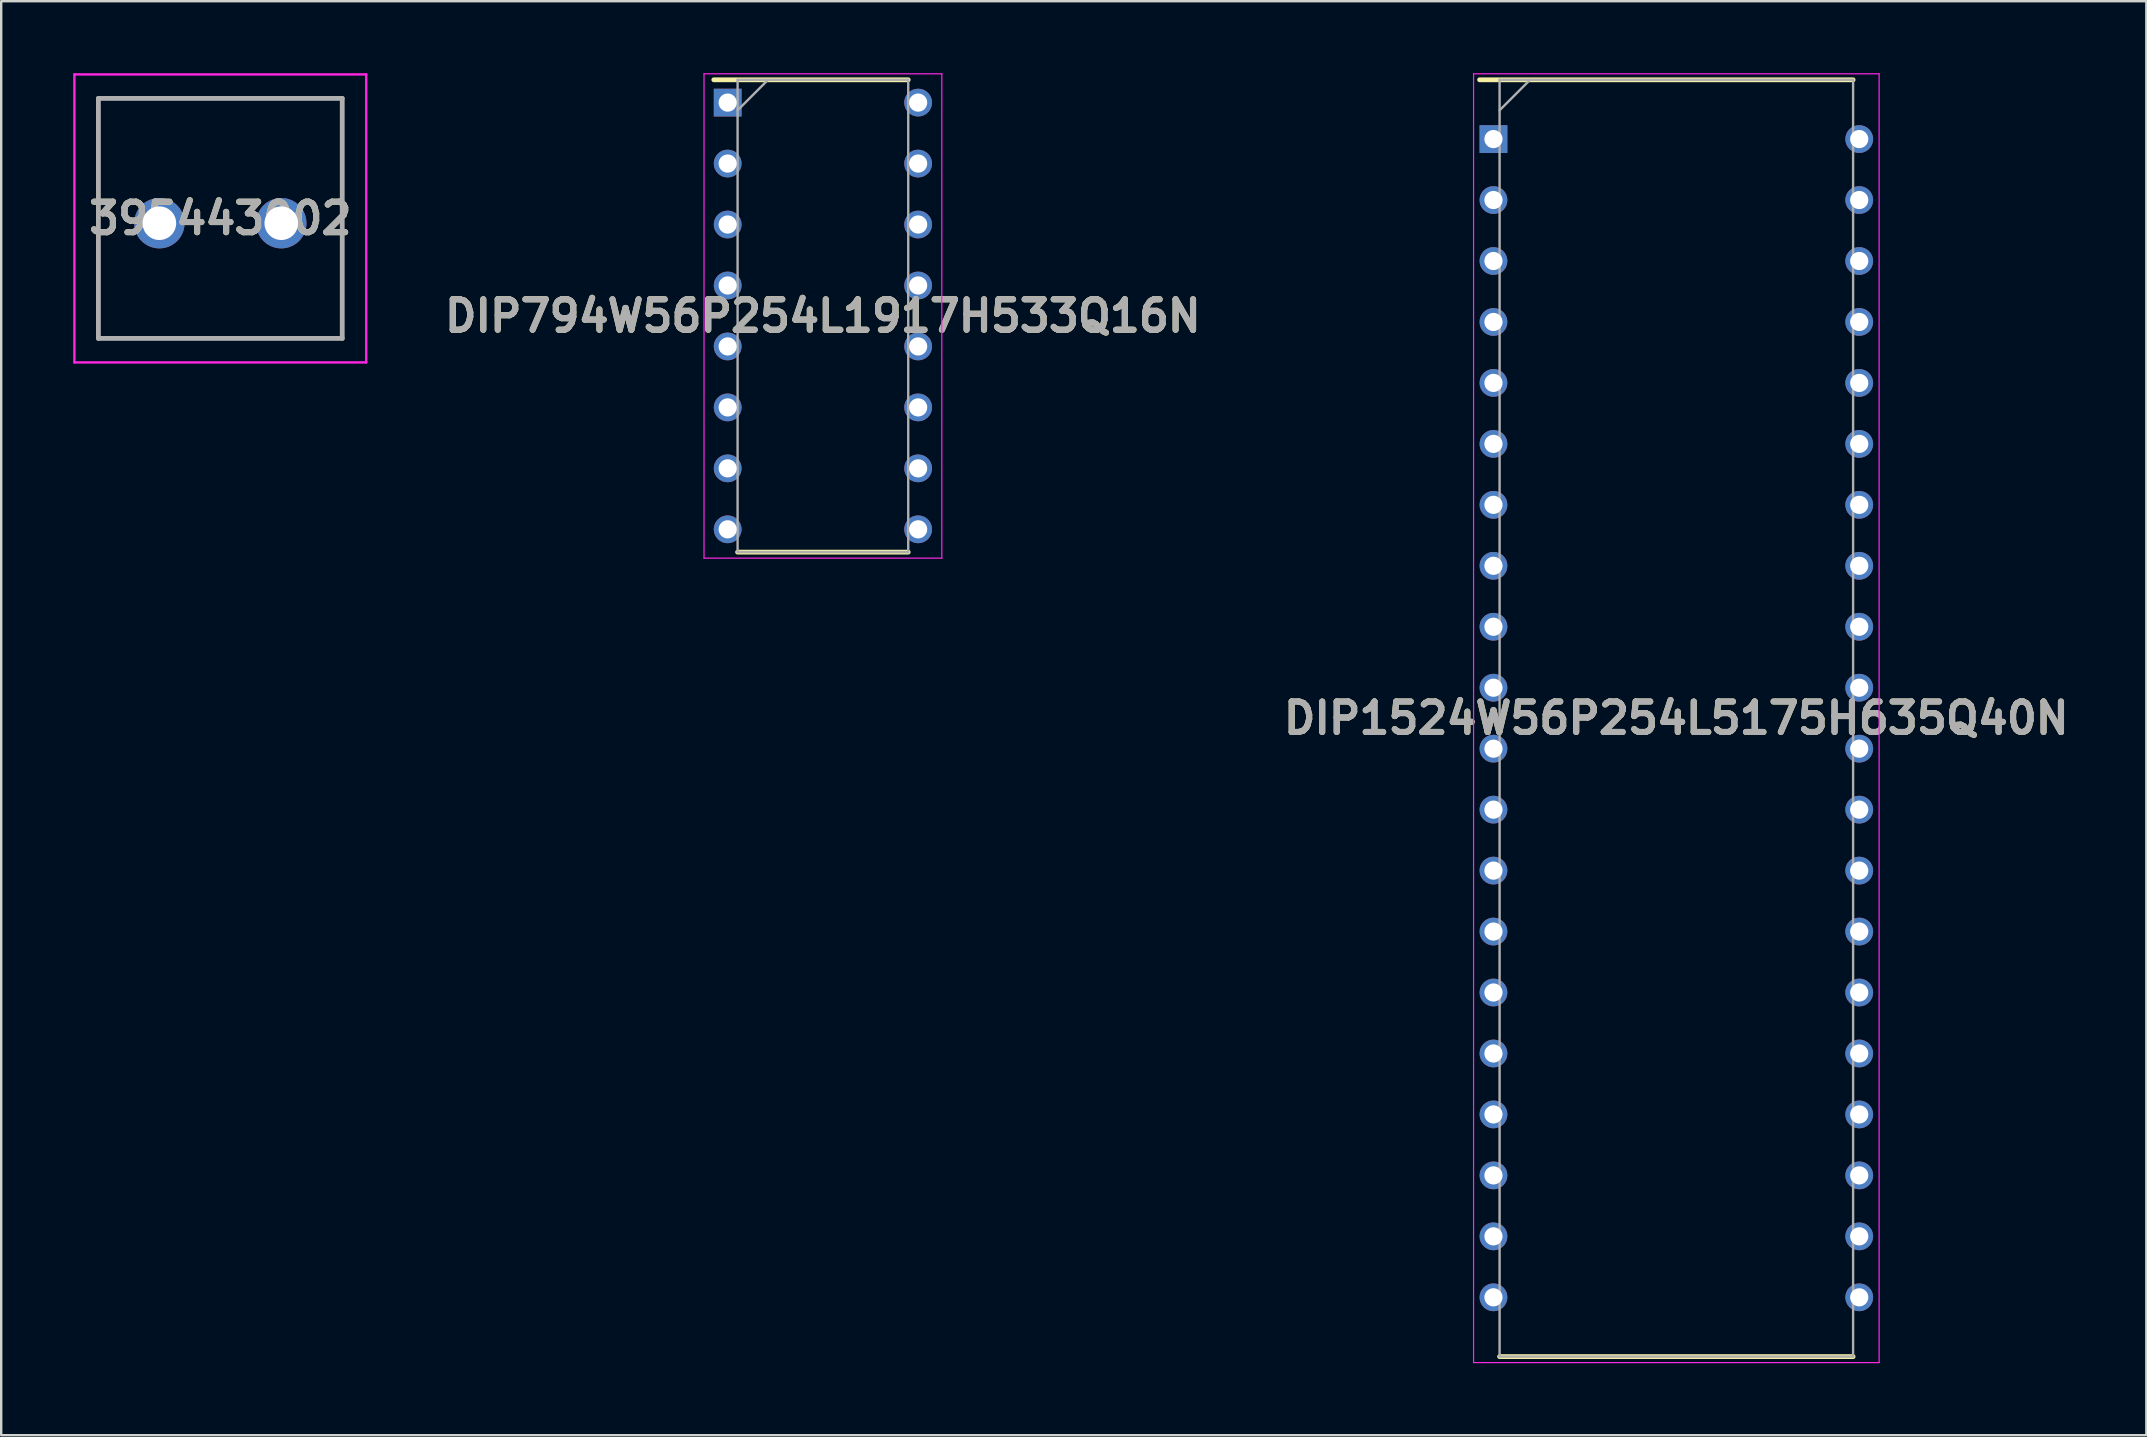
<source format=kicad_pcb>
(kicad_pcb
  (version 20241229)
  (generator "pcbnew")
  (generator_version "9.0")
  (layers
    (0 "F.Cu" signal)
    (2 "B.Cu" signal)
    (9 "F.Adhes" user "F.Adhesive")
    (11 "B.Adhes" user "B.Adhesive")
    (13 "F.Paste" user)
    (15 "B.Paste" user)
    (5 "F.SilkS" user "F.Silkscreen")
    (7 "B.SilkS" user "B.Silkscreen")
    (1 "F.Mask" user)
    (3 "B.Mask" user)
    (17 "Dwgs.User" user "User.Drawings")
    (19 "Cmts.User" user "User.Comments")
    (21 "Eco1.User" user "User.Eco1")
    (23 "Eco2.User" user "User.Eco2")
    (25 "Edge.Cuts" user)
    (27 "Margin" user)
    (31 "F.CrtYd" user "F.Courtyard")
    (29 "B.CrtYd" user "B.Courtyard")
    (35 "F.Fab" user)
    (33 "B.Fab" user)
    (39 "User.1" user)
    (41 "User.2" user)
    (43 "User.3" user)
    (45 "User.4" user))
  (footprint "DIP794W56P254L1917H533Q16N"
    (layer "F.Cu")
    (at 31.238 10.115)
    (property "Reference" "DIP794W56P254L1917H533Q16N" (at 0 0 0) (layer "F.SilkS") (effects (font (size 1.27 1.27) (thickness 0.254))))
    (attr through_hole)
    (fp_line (start -4.546 -9.84) (end 3.555 -9.84) (stroke (width 0.2) (type solid)) (layer "F.SilkS"))
    (fp_line (start -3.555 9.84) (end 3.555 9.84) (stroke (width 0.2) (type solid)) (layer "F.SilkS"))
    (fp_line (start -4.954 -10.09) (end 4.954 -10.09) (stroke (width 0.05) (type solid)) (layer "F.CrtYd"))
    (fp_line (start -4.954 10.09) (end -4.954 -10.09) (stroke (width 0.05) (type solid)) (layer "F.CrtYd"))
    (fp_line (start 4.954 -10.09) (end 4.954 10.09) (stroke (width 0.05) (type solid)) (layer "F.CrtYd"))
    (fp_line (start 4.954 10.09) (end -4.954 10.09) (stroke (width 0.05) (type solid)) (layer "F.CrtYd"))
    (fp_line (start -3.555 -9.84) (end 3.555 -9.84) (stroke (width 0.1) (type solid)) (layer "F.Fab"))
    (fp_line (start -3.555 -8.57) (end -2.285 -9.84) (stroke (width 0.1) (type solid)) (layer "F.Fab"))
    (fp_line (start -3.555 9.84) (end -3.555 -9.84) (stroke (width 0.1) (type solid)) (layer "F.Fab"))
    (fp_line (start 3.555 -9.84) (end 3.555 9.84) (stroke (width 0.1) (type solid)) (layer "F.Fab"))
    (fp_line (start 3.555 9.84) (end -3.555 9.84) (stroke (width 0.1) (type solid)) (layer "F.Fab"))
    (fp_text user "${REFERENCE}" (at 0 0 0) (layer "F.Fab") (effects (font (size 1.27 1.27) (thickness 0.254))))
    (pad "1" thru_hole rect (at -3.968 -8.89) (size 1.158 1.158) (drill 0.758) (layers "*.Cu" "*.Mask"))
    (pad "2" thru_hole circle (at -3.968 -6.35) (size 1.158 1.158) (drill 0.758) (layers "*.Cu" "*.Mask"))
    (pad "3" thru_hole circle (at -3.968 -3.81) (size 1.158 1.158) (drill 0.758) (layers "*.Cu" "*.Mask"))
    (pad "4" thru_hole circle (at -3.968 -1.27) (size 1.158 1.158) (drill 0.758) (layers "*.Cu" "*.Mask"))
    (pad "5" thru_hole circle (at -3.968 1.27) (size 1.158 1.158) (drill 0.758) (layers "*.Cu" "*.Mask"))
    (pad "6" thru_hole circle (at -3.968 3.81) (size 1.158 1.158) (drill 0.758) (layers "*.Cu" "*.Mask"))
    (pad "7" thru_hole circle (at -3.968 6.35) (size 1.158 1.158) (drill 0.758) (layers "*.Cu" "*.Mask"))
    (pad "8" thru_hole circle (at -3.968 8.89) (size 1.158 1.158) (drill 0.758) (layers "*.Cu" "*.Mask"))
    (pad "9" thru_hole circle (at 3.968 8.89) (size 1.158 1.158) (drill 0.758) (layers "*.Cu" "*.Mask"))
    (pad "10" thru_hole circle (at 3.968 6.35) (size 1.158 1.158) (drill 0.758) (layers "*.Cu" "*.Mask"))
    (pad "11" thru_hole circle (at 3.968 3.81) (size 1.158 1.158) (drill 0.758) (layers "*.Cu" "*.Mask"))
    (pad "12" thru_hole circle (at 3.968 1.27) (size 1.158 1.158) (drill 0.758) (layers "*.Cu" "*.Mask"))
    (pad "13" thru_hole circle (at 3.968 -1.27) (size 1.158 1.158) (drill 0.758) (layers "*.Cu" "*.Mask"))
    (pad "14" thru_hole circle (at 3.968 -3.81) (size 1.158 1.158) (drill 0.758) (layers "*.Cu" "*.Mask"))
    (pad "15" thru_hole circle (at 3.968 -6.35) (size 1.158 1.158) (drill 0.758) (layers "*.Cu" "*.Mask"))
    (pad "16" thru_hole circle (at 3.968 -8.89) (size 1.158 1.158) (drill 0.758) (layers "*.Cu" "*.Mask")))
  (footprint "DIP1524W56P254L5175H635Q40N"
    (layer "F.Cu")
    (at 66.798 26.875)
    (property "Reference" "DIP1524W56P254L5175H635Q40N" (at 0 0 0) (layer "F.SilkS") (effects (font (size 1.27 1.27) (thickness 0.254))))
    (attr through_hole)
    (fp_line (start -8.199 -26.6) (end 7.365 -26.6) (stroke (width 0.2) (type solid)) (layer "F.SilkS"))
    (fp_line (start -7.365 26.6) (end 7.365 26.6) (stroke (width 0.2) (type solid)) (layer "F.SilkS"))
    (fp_line (start -8.449 -26.85) (end 8.449 -26.85) (stroke (width 0.05) (type solid)) (layer "F.CrtYd"))
    (fp_line (start -8.449 26.85) (end -8.449 -26.85) (stroke (width 0.05) (type solid)) (layer "F.CrtYd"))
    (fp_line (start 8.449 -26.85) (end 8.449 26.85) (stroke (width 0.05) (type solid)) (layer "F.CrtYd"))
    (fp_line (start 8.449 26.85) (end -8.449 26.85) (stroke (width 0.05) (type solid)) (layer "F.CrtYd"))
    (fp_line (start -7.365 -26.6) (end 7.365 -26.6) (stroke (width 0.1) (type solid)) (layer "F.Fab"))
    (fp_line (start -7.365 -25.33) (end -6.095 -26.6) (stroke (width 0.1) (type solid)) (layer "F.Fab"))
    (fp_line (start -7.365 26.6) (end -7.365 -26.6) (stroke (width 0.1) (type solid)) (layer "F.Fab"))
    (fp_line (start 7.365 -26.6) (end 7.365 26.6) (stroke (width 0.1) (type solid)) (layer "F.Fab"))
    (fp_line (start 7.365 26.6) (end -7.365 26.6) (stroke (width 0.1) (type solid)) (layer "F.Fab"))
    (fp_text user "${REFERENCE}" (at 0 0 0) (layer "F.Fab") (effects (font (size 1.27 1.27) (thickness 0.254))))
    (pad "1" thru_hole rect (at -7.62 -24.13) (size 1.158 1.158) (drill 0.758) (layers "*.Cu" "*.Mask"))
    (pad "2" thru_hole circle (at -7.62 -21.59) (size 1.158 1.158) (drill 0.758) (layers "*.Cu" "*.Mask"))
    (pad "3" thru_hole circle (at -7.62 -19.05) (size 1.158 1.158) (drill 0.758) (layers "*.Cu" "*.Mask"))
    (pad "4" thru_hole circle (at -7.62 -16.51) (size 1.158 1.158) (drill 0.758) (layers "*.Cu" "*.Mask"))
    (pad "5" thru_hole circle (at -7.62 -13.97) (size 1.158 1.158) (drill 0.758) (layers "*.Cu" "*.Mask"))
    (pad "6" thru_hole circle (at -7.62 -11.43) (size 1.158 1.158) (drill 0.758) (layers "*.Cu" "*.Mask"))
    (pad "7" thru_hole circle (at -7.62 -8.89) (size 1.158 1.158) (drill 0.758) (layers "*.Cu" "*.Mask"))
    (pad "8" thru_hole circle (at -7.62 -6.35) (size 1.158 1.158) (drill 0.758) (layers "*.Cu" "*.Mask"))
    (pad "9" thru_hole circle (at -7.62 -3.81) (size 1.158 1.158) (drill 0.758) (layers "*.Cu" "*.Mask"))
    (pad "10" thru_hole circle (at -7.62 -1.27) (size 1.158 1.158) (drill 0.758) (layers "*.Cu" "*.Mask"))
    (pad "11" thru_hole circle (at -7.62 1.27) (size 1.158 1.158) (drill 0.758) (layers "*.Cu" "*.Mask"))
    (pad "12" thru_hole circle (at -7.62 3.81) (size 1.158 1.158) (drill 0.758) (layers "*.Cu" "*.Mask"))
    (pad "13" thru_hole circle (at -7.62 6.35) (size 1.158 1.158) (drill 0.758) (layers "*.Cu" "*.Mask"))
    (pad "14" thru_hole circle (at -7.62 8.89) (size 1.158 1.158) (drill 0.758) (layers "*.Cu" "*.Mask"))
    (pad "15" thru_hole circle (at -7.62 11.43) (size 1.158 1.158) (drill 0.758) (layers "*.Cu" "*.Mask"))
    (pad "16" thru_hole circle (at -7.62 13.97) (size 1.158 1.158) (drill 0.758) (layers "*.Cu" "*.Mask"))
    (pad "17" thru_hole circle (at -7.62 16.51) (size 1.158 1.158) (drill 0.758) (layers "*.Cu" "*.Mask"))
    (pad "18" thru_hole circle (at -7.62 19.05) (size 1.158 1.158) (drill 0.758) (layers "*.Cu" "*.Mask"))
    (pad "19" thru_hole circle (at -7.62 21.59) (size 1.158 1.158) (drill 0.758) (layers "*.Cu" "*.Mask"))
    (pad "20" thru_hole circle (at -7.62 24.13) (size 1.158 1.158) (drill 0.758) (layers "*.Cu" "*.Mask"))
    (pad "21" thru_hole circle (at 7.62 24.13) (size 1.158 1.158) (drill 0.758) (layers "*.Cu" "*.Mask"))
    (pad "22" thru_hole circle (at 7.62 21.59) (size 1.158 1.158) (drill 0.758) (layers "*.Cu" "*.Mask"))
    (pad "23" thru_hole circle (at 7.62 19.05) (size 1.158 1.158) (drill 0.758) (layers "*.Cu" "*.Mask"))
    (pad "24" thru_hole circle (at 7.62 16.51) (size 1.158 1.158) (drill 0.758) (layers "*.Cu" "*.Mask"))
    (pad "25" thru_hole circle (at 7.62 13.97) (size 1.158 1.158) (drill 0.758) (layers "*.Cu" "*.Mask"))
    (pad "26" thru_hole circle (at 7.62 11.43) (size 1.158 1.158) (drill 0.758) (layers "*.Cu" "*.Mask"))
    (pad "27" thru_hole circle (at 7.62 8.89) (size 1.158 1.158) (drill 0.758) (layers "*.Cu" "*.Mask"))
    (pad "28" thru_hole circle (at 7.62 6.35) (size 1.158 1.158) (drill 0.758) (layers "*.Cu" "*.Mask"))
    (pad "29" thru_hole circle (at 7.62 3.81) (size 1.158 1.158) (drill 0.758) (layers "*.Cu" "*.Mask"))
    (pad "30" thru_hole circle (at 7.62 1.27) (size 1.158 1.158) (drill 0.758) (layers "*.Cu" "*.Mask"))
    (pad "31" thru_hole circle (at 7.62 -1.27) (size 1.158 1.158) (drill 0.758) (layers "*.Cu" "*.Mask"))
    (pad "32" thru_hole circle (at 7.62 -3.81) (size 1.158 1.158) (drill 0.758) (layers "*.Cu" "*.Mask"))
    (pad "33" thru_hole circle (at 7.62 -6.35) (size 1.158 1.158) (drill 0.758) (layers "*.Cu" "*.Mask"))
    (pad "34" thru_hole circle (at 7.62 -8.89) (size 1.158 1.158) (drill 0.758) (layers "*.Cu" "*.Mask"))
    (pad "35" thru_hole circle (at 7.62 -11.43) (size 1.158 1.158) (drill 0.758) (layers "*.Cu" "*.Mask"))
    (pad "36" thru_hole circle (at 7.62 -13.97) (size 1.158 1.158) (drill 0.758) (layers "*.Cu" "*.Mask"))
    (pad "37" thru_hole circle (at 7.62 -16.51) (size 1.158 1.158) (drill 0.758) (layers "*.Cu" "*.Mask"))
    (pad "38" thru_hole circle (at 7.62 -19.05) (size 1.158 1.158) (drill 0.758) (layers "*.Cu" "*.Mask"))
    (pad "39" thru_hole circle (at 7.62 -21.59) (size 1.158 1.158) (drill 0.758) (layers "*.Cu" "*.Mask"))
    (pad "40" thru_hole circle (at 7.62 -24.13) (size 1.158 1.158) (drill 0.758) (layers "*.Cu" "*.Mask")))
  (footprint "395443002"
    (layer "F.Cu")
    (at 3.59 6.25)
    (property "Reference" "395443002" (at 2.54 -0.2 0) (layer "F.SilkS") (effects (font (size 1.27 1.27) (thickness 0.254))))
    (attr through_hole)
    (fp_line (start -2.54 -5.2) (end 7.62 -5.2) (stroke (width 0.1) (type solid)) (layer "F.SilkS"))
    (fp_line (start -2.54 4.8) (end -2.54 -5.2) (stroke (width 0.1) (type solid)) (layer "F.SilkS"))
    (fp_line (start 7.62 -5.2) (end 7.62 4.8) (stroke (width 0.1) (type solid)) (layer "F.SilkS"))
    (fp_line (start 7.62 4.8) (end -2.54 4.8) (stroke (width 0.1) (type solid)) (layer "F.SilkS"))
    (fp_line (start -3.54 -6.2) (end 8.62 -6.2) (stroke (width 0.1) (type solid)) (layer "F.CrtYd"))
    (fp_line (start -3.54 5.8) (end -3.54 -6.2) (stroke (width 0.1) (type solid)) (layer "F.CrtYd"))
    (fp_line (start 8.62 -6.2) (end 8.62 5.8) (stroke (width 0.1) (type solid)) (layer "F.CrtYd"))
    (fp_line (start 8.62 5.8) (end -3.54 5.8) (stroke (width 0.1) (type solid)) (layer "F.CrtYd"))
    (fp_line (start -2.54 -5.2) (end 7.62 -5.2) (stroke (width 0.2) (type solid)) (layer "F.Fab"))
    (fp_line (start -2.54 4.8) (end -2.54 -5.2) (stroke (width 0.2) (type solid)) (layer "F.Fab"))
    (fp_line (start 7.62 -5.2) (end 7.62 4.8) (stroke (width 0.2) (type solid)) (layer "F.Fab"))
    (fp_line (start 7.62 4.8) (end -2.54 4.8) (stroke (width 0.2) (type solid)) (layer "F.Fab"))
    (fp_text user "${REFERENCE}" (at 2.54 -0.2 0) (layer "F.Fab") (effects (font (size 1.27 1.27) (thickness 0.254))))
    (pad "1" thru_hole circle (at 0 0) (size 2.1 2.1) (drill 1.4) (layers "*.Cu" "*.Mask"))
    (pad "2" thru_hole circle (at 5.08 0) (size 2.1 2.1) (drill 1.4) (layers "*.Cu" "*.Mask")))
  (gr_rect
    (start -3 -3)
    (end 86.381 56.75)
    (stroke (width 0.1) (type default))
    (fill no)
    (layer "Edge.Cuts")))
</source>
